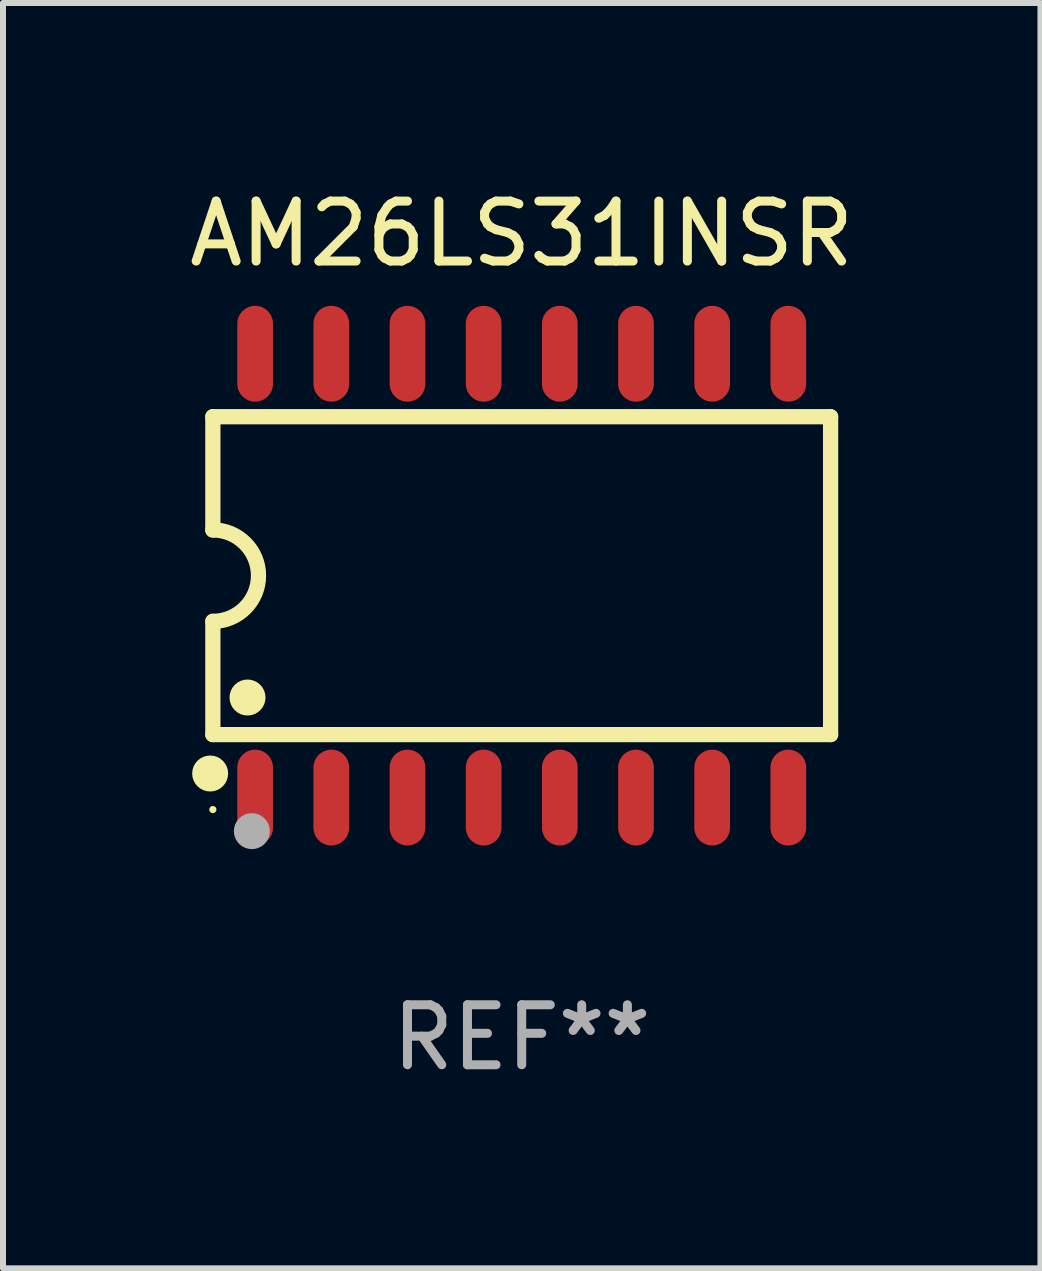
<source format=kicad_pcb>
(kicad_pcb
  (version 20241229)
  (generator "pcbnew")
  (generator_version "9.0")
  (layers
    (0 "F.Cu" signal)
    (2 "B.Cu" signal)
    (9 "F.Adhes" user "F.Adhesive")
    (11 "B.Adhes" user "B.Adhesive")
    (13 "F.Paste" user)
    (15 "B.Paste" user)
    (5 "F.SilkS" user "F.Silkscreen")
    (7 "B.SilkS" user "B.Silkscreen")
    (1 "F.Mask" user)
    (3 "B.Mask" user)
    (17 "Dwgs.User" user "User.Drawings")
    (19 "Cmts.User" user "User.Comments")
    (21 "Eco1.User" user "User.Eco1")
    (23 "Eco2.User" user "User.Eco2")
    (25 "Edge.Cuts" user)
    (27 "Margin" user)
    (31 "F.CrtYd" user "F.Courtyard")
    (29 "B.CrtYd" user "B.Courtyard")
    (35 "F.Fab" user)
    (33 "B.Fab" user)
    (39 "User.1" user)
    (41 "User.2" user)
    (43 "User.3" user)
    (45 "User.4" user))
  (footprint "AM26LS31INSR"
    (layer "F.Cu")
    (at 5.649 6.548)
    (property "Reference" "AM26LS31INSR" (at 0 -5.7 0) (layer "F.SilkS") (effects (font (size 1 1) (thickness 0.15))))
    (attr through_hole)
    (fp_line (start -5.15 -2.65) (end -5.15 -0.762) (stroke (width 0.254) (type solid)) (layer "F.SilkS"))
    (fp_line (start -5.15 -2.65) (end 5.15 -2.65) (stroke (width 0.254) (type solid)) (layer "F.SilkS"))
    (fp_line (start -5.15 2.65) (end -5.15 0.762) (stroke (width 0.254) (type solid)) (layer "F.SilkS"))
    (fp_line (start 5.15 -2.65) (end 5.15 2.65) (stroke (width 0.254) (type solid)) (layer "F.SilkS"))
    (fp_line (start 5.15 2.65) (end -5.15 2.65) (stroke (width 0.254) (type solid)) (layer "F.SilkS"))
    (fp_arc (start -5.151131 -0.762003) (mid -4.389128 -0.000559) (end -5.150013 0.762002) (stroke (width 0.254001) (type solid)) (layer "F.SilkS"))
    (fp_circle (center -5.195 3.299) (end -5.045 3.299) (stroke (width 0.3) (type solid)) (fill no) (layer "F.SilkS"))
    (fp_circle (center -5.15 3.9) (end -5.12 3.9) (stroke (width 0.06) (type solid)) (fill no) (layer "F.SilkS"))
    (fp_circle (center -4.572 2.032) (end -4.422 2.032) (stroke (width 0.3) (type solid)) (fill no) (layer "F.SilkS"))
    (fp_circle (center -4.5 4.26) (end -4.35 4.26) (stroke (width 0.3) (type solid)) (fill no) (layer "F.Fab"))
    (fp_text user "REF**" (at 0 7.7 0) (layer "F.Fab") (effects (font (size 1 1) (thickness 0.15))))
    (pad "1" smd oval (at -4.445 3.7) (size 0.595 1.598) (layers "F.Cu" "F.Mask" "F.Paste"))
    (pad "2" smd oval (at -3.175 3.7) (size 0.595 1.598) (layers "F.Cu" "F.Mask" "F.Paste"))
    (pad "3" smd oval (at -1.905 3.7) (size 0.595 1.598) (layers "F.Cu" "F.Mask" "F.Paste"))
    (pad "4" smd oval (at -0.635 3.7) (size 0.595 1.598) (layers "F.Cu" "F.Mask" "F.Paste"))
    (pad "5" smd oval (at 0.635 3.7) (size 0.595 1.598) (layers "F.Cu" "F.Mask" "F.Paste"))
    (pad "6" smd oval (at 1.905 3.7) (size 0.595 1.598) (layers "F.Cu" "F.Mask" "F.Paste"))
    (pad "7" smd oval (at 3.175 3.7) (size 0.595 1.598) (layers "F.Cu" "F.Mask" "F.Paste"))
    (pad "8" smd oval (at 4.445 3.7) (size 0.595 1.598) (layers "F.Cu" "F.Mask" "F.Paste"))
    (pad "9" smd oval (at 4.445 -3.7) (size 0.595 1.598) (layers "F.Cu" "F.Mask" "F.Paste"))
    (pad "10" smd oval (at 3.175 -3.7) (size 0.595 1.598) (layers "F.Cu" "F.Mask" "F.Paste"))
    (pad "11" smd oval (at 1.905 -3.7) (size 0.595 1.598) (layers "F.Cu" "F.Mask" "F.Paste"))
    (pad "12" smd oval (at 0.635 -3.7) (size 0.595 1.598) (layers "F.Cu" "F.Mask" "F.Paste"))
    (pad "13" smd oval (at -0.635 -3.7) (size 0.595 1.598) (layers "F.Cu" "F.Mask" "F.Paste"))
    (pad "14" smd oval (at -1.905 -3.7) (size 0.595 1.598) (layers "F.Cu" "F.Mask" "F.Paste"))
    (pad "15" smd oval (at -3.175 -3.7) (size 0.595 1.598) (layers "F.Cu" "F.Mask" "F.Paste"))
    (pad "16" smd oval (at -4.445 -3.7) (size 0.595 1.598) (layers "F.Cu" "F.Mask" "F.Paste")))
  (gr_rect
    (start -3 -3)
    (end 14.298 18.097)
    (stroke (width 0.1) (type default))
    (fill no)
    (layer "Edge.Cuts")))
</source>
